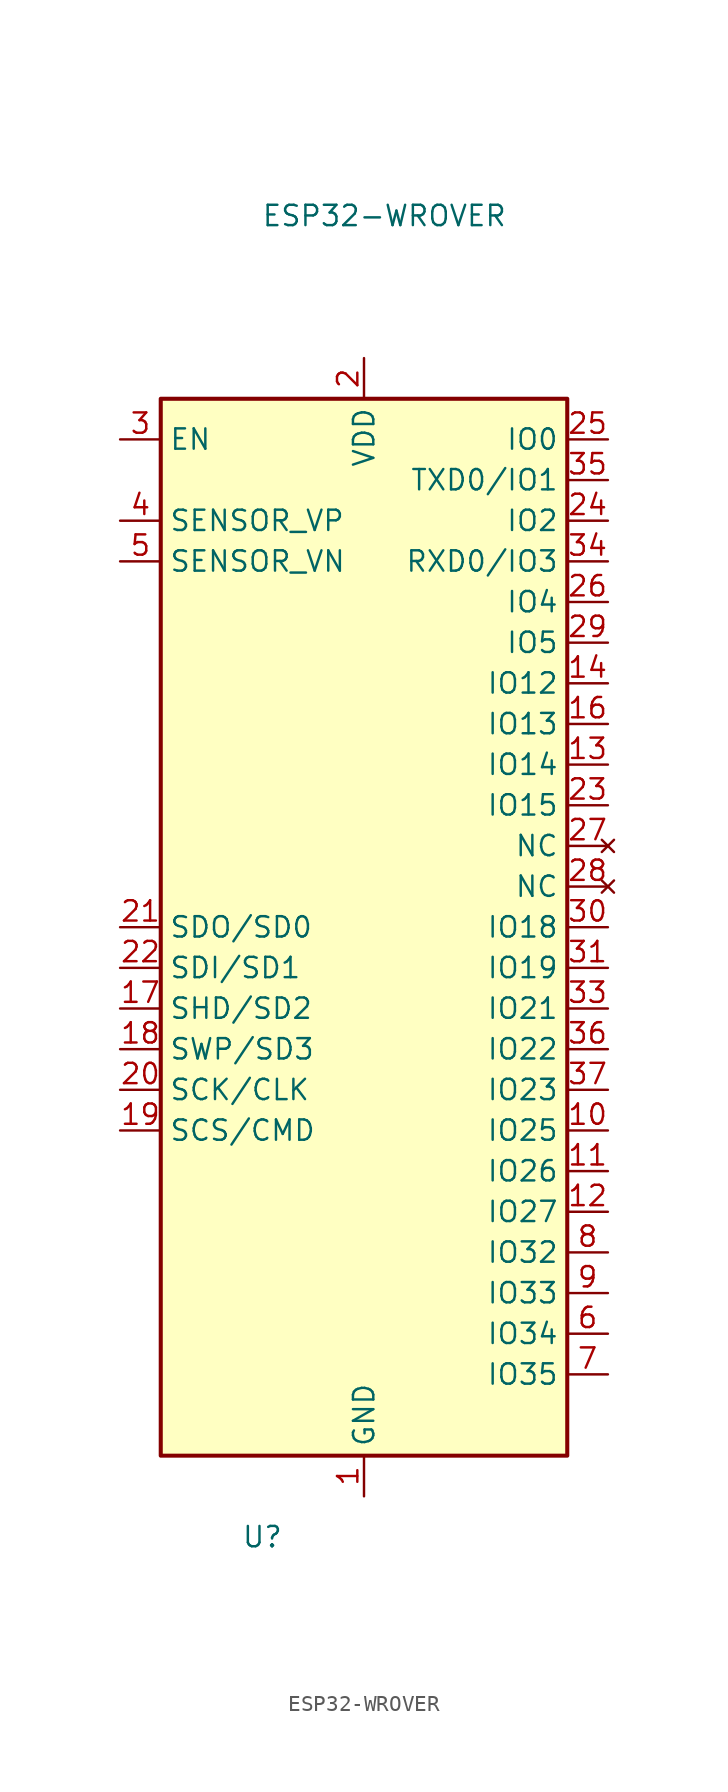
<source format=kicad_sym>
(kicad_symbol_lib
  (version 20211014)
  (generator kicad_symbol_editor)
  (symbol "ESP32-WROVER"
    (property "Reference" "U"
      (at -7.62 -41.91 0)
      (effects (font (size 1.27 1.27))))
    (property "Value" "ESP32-WROVER"
      (at 0 40.64 0)
      (effects (font (size 1.27 1.27))))
    (symbol "ESP32-WROVER_0_1"
      (rectangle (start -13.97 29.21) (end 11.43 -36.83) (stroke (width 0.254) (type default) (color 0 0 0 0)) (fill (type background))))
    (symbol "ESP32-WROVER_1_1"
      (pin power_in line (at -1.27 -39.37 90) (length 2.54) (name "GND" (effects (font (size 1.27 1.27)))) (number "1" (effects (font (size 1.27 1.27)))))
      (pin bidirectional line (at 13.97 -16.51 180) (length 2.54) (name "IO25" (effects (font (size 1.27 1.27)))) (number "10" (effects (font (size 1.27 1.27)))))
      (pin bidirectional line (at 13.97 -19.05 180) (length 2.54) (name "IO26" (effects (font (size 1.27 1.27)))) (number "11" (effects (font (size 1.27 1.27)))))
      (pin bidirectional line (at 13.97 -21.59 180) (length 2.54) (name "IO27" (effects (font (size 1.27 1.27)))) (number "12" (effects (font (size 1.27 1.27)))))
      (pin bidirectional line (at 13.97 6.35 180) (length 2.54) (name "IO14" (effects (font (size 1.27 1.27)))) (number "13" (effects (font (size 1.27 1.27)))))
      (pin bidirectional line (at 13.97 11.43 180) (length 2.54) (name "IO12" (effects (font (size 1.27 1.27)))) (number "14" (effects (font (size 1.27 1.27)))))
      (pin passive line (at -1.27 -39.37 90) (length 2.54) hide (name "GND" (effects (font (size 1.27 1.27)))) (number "15" (effects (font (size 1.27 1.27)))))
      (pin bidirectional line (at 13.97 8.89 180) (length 2.54) (name "IO13" (effects (font (size 1.27 1.27)))) (number "16" (effects (font (size 1.27 1.27)))))
      (pin bidirectional line (at -16.51 -8.89 0) (length 2.54) (name "SHD/SD2" (effects (font (size 1.27 1.27)))) (number "17" (effects (font (size 1.27 1.27)))))
      (pin bidirectional line (at -16.51 -11.43 0) (length 2.54) (name "SWP/SD3" (effects (font (size 1.27 1.27)))) (number "18" (effects (font (size 1.27 1.27)))))
      (pin bidirectional line (at -16.51 -16.51 0) (length 2.54) (name "SCS/CMD" (effects (font (size 1.27 1.27)))) (number "19" (effects (font (size 1.27 1.27)))))
      (pin power_in line (at -1.27 31.75 270) (length 2.54) (name "VDD" (effects (font (size 1.27 1.27)))) (number "2" (effects (font (size 1.27 1.27)))))
      (pin bidirectional line (at -16.51 -13.97 0) (length 2.54) (name "SCK/CLK" (effects (font (size 1.27 1.27)))) (number "20" (effects (font (size 1.27 1.27)))))
      (pin bidirectional line (at -16.51 -3.81 0) (length 2.54) (name "SDO/SD0" (effects (font (size 1.27 1.27)))) (number "21" (effects (font (size 1.27 1.27)))))
      (pin bidirectional line (at -16.51 -6.35 0) (length 2.54) (name "SDI/SD1" (effects (font (size 1.27 1.27)))) (number "22" (effects (font (size 1.27 1.27)))))
      (pin bidirectional line (at 13.97 3.81 180) (length 2.54) (name "IO15" (effects (font (size 1.27 1.27)))) (number "23" (effects (font (size 1.27 1.27)))))
      (pin bidirectional line (at 13.97 21.59 180) (length 2.54) (name "IO2" (effects (font (size 1.27 1.27)))) (number "24" (effects (font (size 1.27 1.27)))))
      (pin bidirectional line (at 13.97 26.67 180) (length 2.54) (name "IO0" (effects (font (size 1.27 1.27)))) (number "25" (effects (font (size 1.27 1.27)))))
      (pin bidirectional line (at 13.97 16.51 180) (length 2.54) (name "IO4" (effects (font (size 1.27 1.27)))) (number "26" (effects (font (size 1.27 1.27)))))
      (pin no_connect line (at 13.97 1.27 180) (length 2.54) (name "NC" (effects (font (size 1.27 1.27)))) (number "27" (effects (font (size 1.27 1.27)))))
      (pin no_connect line (at 13.97 -1.27 180) (length 2.54) (name "NC" (effects (font (size 1.27 1.27)))) (number "28" (effects (font (size 1.27 1.27)))))
      (pin bidirectional line (at 13.97 13.97 180) (length 2.54) (name "IO5" (effects (font (size 1.27 1.27)))) (number "29" (effects (font (size 1.27 1.27)))))
      (pin input line (at -16.51 26.67 0) (length 2.54) (name "EN" (effects (font (size 1.27 1.27)))) (number "3" (effects (font (size 1.27 1.27)))))
      (pin bidirectional line (at 13.97 -3.81 180) (length 2.54) (name "IO18" (effects (font (size 1.27 1.27)))) (number "30" (effects (font (size 1.27 1.27)))))
      (pin bidirectional line (at 13.97 -6.35 180) (length 2.54) (name "IO19" (effects (font (size 1.27 1.27)))) (number "31" (effects (font (size 1.27 1.27)))))
      (pin no_connect line (at -13.97 -31.75 0) (length 2.54) hide (name "NC" (effects (font (size 1.27 1.27)))) (number "32" (effects (font (size 1.27 1.27)))))
      (pin bidirectional line (at 13.97 -8.89 180) (length 2.54) (name "IO21" (effects (font (size 1.27 1.27)))) (number "33" (effects (font (size 1.27 1.27)))))
      (pin bidirectional line (at 13.97 19.05 180) (length 2.54) (name "RXD0/IO3" (effects (font (size 1.27 1.27)))) (number "34" (effects (font (size 1.27 1.27)))))
      (pin bidirectional line (at 13.97 24.13 180) (length 2.54) (name "TXD0/IO1" (effects (font (size 1.27 1.27)))) (number "35" (effects (font (size 1.27 1.27)))))
      (pin bidirectional line (at 13.97 -11.43 180) (length 2.54) (name "IO22" (effects (font (size 1.27 1.27)))) (number "36" (effects (font (size 1.27 1.27)))))
      (pin bidirectional line (at 13.97 -13.97 180) (length 2.54) (name "IO23" (effects (font (size 1.27 1.27)))) (number "37" (effects (font (size 1.27 1.27)))))
      (pin passive line (at -1.27 -39.37 90) (length 2.54) hide (name "GND" (effects (font (size 1.27 1.27)))) (number "38" (effects (font (size 1.27 1.27)))))
      (pin passive line (at -1.27 -39.37 90) (length 2.54) hide (name "GND" (effects (font (size 1.27 1.27)))) (number "39" (effects (font (size 1.27 1.27)))))
      (pin input line (at -16.51 21.59 0) (length 2.54) (name "SENSOR_VP" (effects (font (size 1.27 1.27)))) (number "4" (effects (font (size 1.27 1.27)))))
      (pin input line (at -16.51 19.05 0) (length 2.54) (name "SENSOR_VN" (effects (font (size 1.27 1.27)))) (number "5" (effects (font (size 1.27 1.27)))))
      (pin input line (at 13.97 -29.21 180) (length 2.54) (name "IO34" (effects (font (size 1.27 1.27)))) (number "6" (effects (font (size 1.27 1.27)))))
      (pin input line (at 13.97 -31.75 180) (length 2.54) (name "IO35" (effects (font (size 1.27 1.27)))) (number "7" (effects (font (size 1.27 1.27)))))
      (pin bidirectional line (at 13.97 -24.13 180) (length 2.54) (name "IO32" (effects (font (size 1.27 1.27)))) (number "8" (effects (font (size 1.27 1.27)))))
      (pin bidirectional line (at 13.97 -26.67 180) (length 2.54) (name "IO33" (effects (font (size 1.27 1.27)))) (number "9" (effects (font (size 1.27 1.27))))))))
</source>
